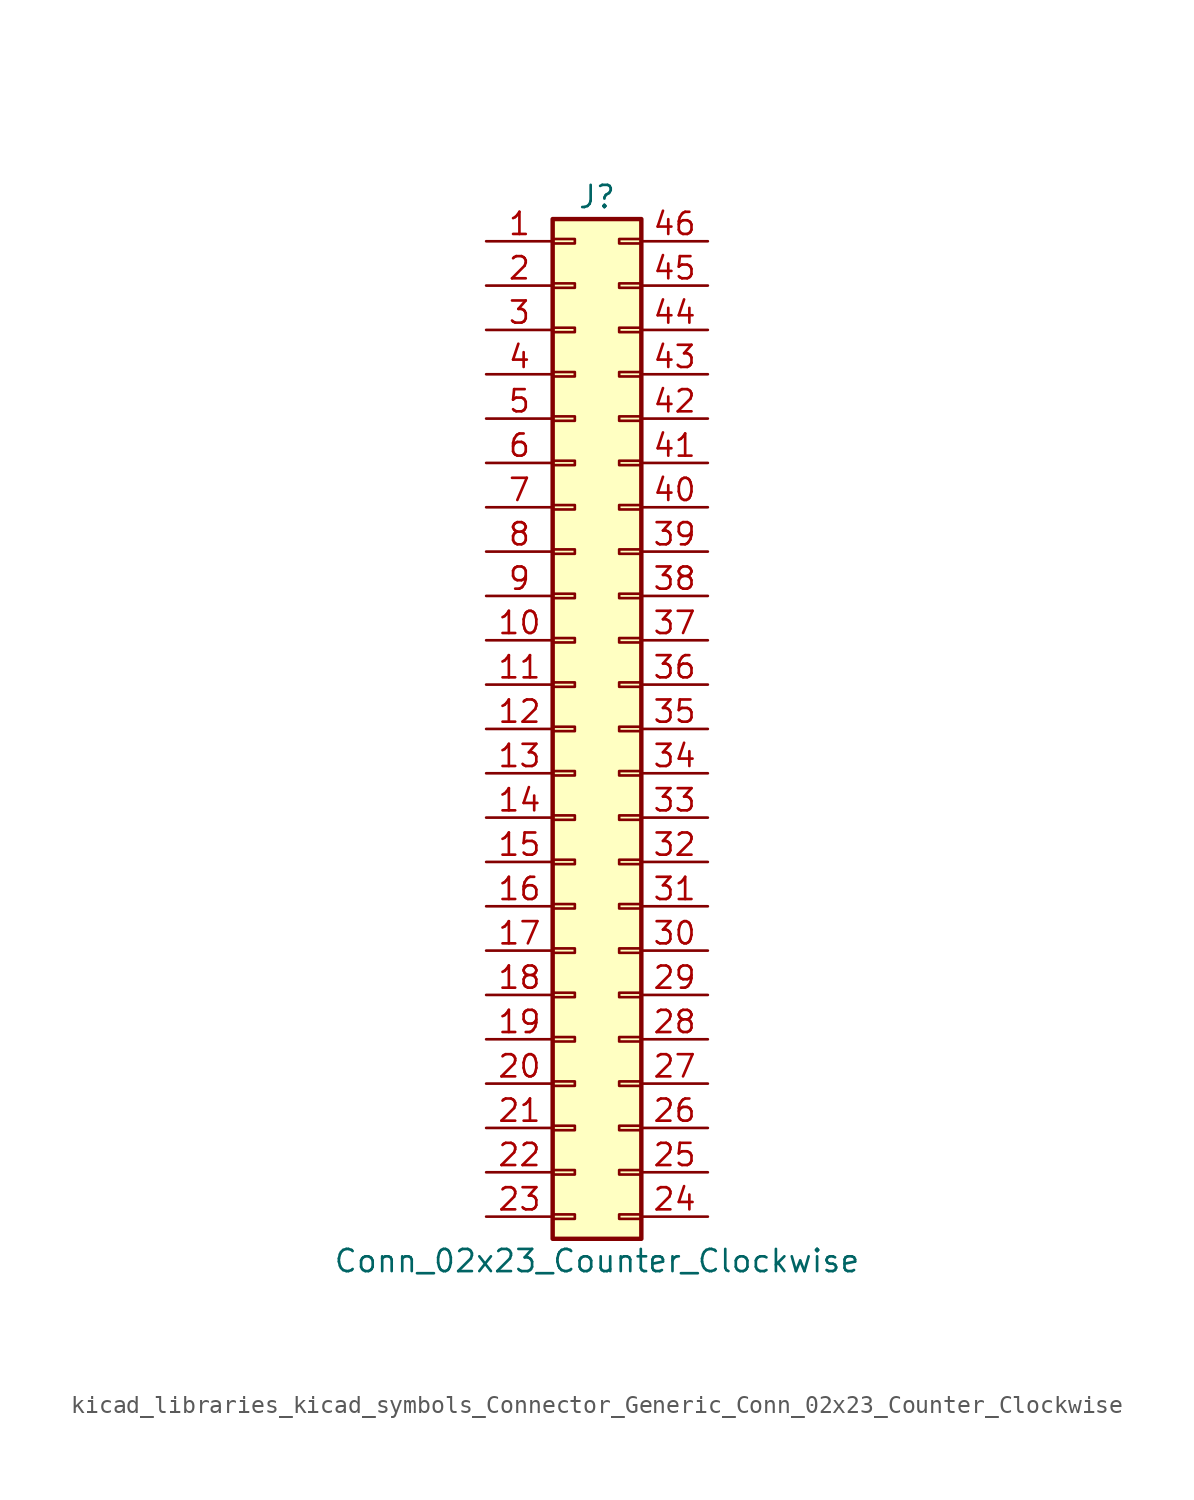
<source format=kicad_sym>
(kicad_symbol_lib
  (version 20220914)
  (generator kicad_symbol_editor)
  (symbol "kicad_libraries_kicad_symbols_Connector_Generic_Conn_02x23_Counter_Clockwise"
    (pin_names
      (offset 1.016) hide)
    (property "Reference" "J"
      (at 1.27 30.48 0)
      (effects (font (size 1.27 1.27))))
    (property "Value" "Conn_02x23_Counter_Clockwise"
      (at 1.27 -30.48 0)
      (effects (font (size 1.27 1.27))))
    (symbol "kicad_libraries_kicad_symbols_Connector_Generic_Conn_02x23_Counter_Clockwise_1_1"
      (rectangle (start -1.27 -27.813) (end 0 -28.067) (stroke (width 0.152) (type default)) (fill (type none)))
      (rectangle (start -1.27 -25.273) (end 0 -25.527) (stroke (width 0.152) (type default)) (fill (type none)))
      (rectangle (start -1.27 -22.733) (end 0 -22.987) (stroke (width 0.152) (type default)) (fill (type none)))
      (rectangle (start -1.27 -20.193) (end 0 -20.447) (stroke (width 0.152) (type default)) (fill (type none)))
      (rectangle (start -1.27 -17.653) (end 0 -17.907) (stroke (width 0.152) (type default)) (fill (type none)))
      (rectangle (start -1.27 -15.113) (end 0 -15.367) (stroke (width 0.152) (type default)) (fill (type none)))
      (rectangle (start -1.27 -12.573) (end 0 -12.827) (stroke (width 0.152) (type default)) (fill (type none)))
      (rectangle (start -1.27 -10.033) (end 0 -10.287) (stroke (width 0.152) (type default)) (fill (type none)))
      (rectangle (start -1.27 -7.493) (end 0 -7.747) (stroke (width 0.152) (type default)) (fill (type none)))
      (rectangle (start -1.27 -4.953) (end 0 -5.207) (stroke (width 0.152) (type default)) (fill (type none)))
      (rectangle (start -1.27 -2.413) (end 0 -2.667) (stroke (width 0.152) (type default)) (fill (type none)))
      (rectangle (start -1.27 0.127) (end 0 -0.127) (stroke (width 0.152) (type default)) (fill (type none)))
      (rectangle (start -1.27 2.667) (end 0 2.413) (stroke (width 0.152) (type default)) (fill (type none)))
      (rectangle (start -1.27 5.207) (end 0 4.953) (stroke (width 0.152) (type default)) (fill (type none)))
      (rectangle (start -1.27 7.747) (end 0 7.493) (stroke (width 0.152) (type default)) (fill (type none)))
      (rectangle (start -1.27 10.287) (end 0 10.033) (stroke (width 0.152) (type default)) (fill (type none)))
      (rectangle (start -1.27 12.827) (end 0 12.573) (stroke (width 0.152) (type default)) (fill (type none)))
      (rectangle (start -1.27 15.367) (end 0 15.113) (stroke (width 0.152) (type default)) (fill (type none)))
      (rectangle (start -1.27 17.907) (end 0 17.653) (stroke (width 0.152) (type default)) (fill (type none)))
      (rectangle (start -1.27 20.447) (end 0 20.193) (stroke (width 0.152) (type default)) (fill (type none)))
      (rectangle (start -1.27 22.987) (end 0 22.733) (stroke (width 0.152) (type default)) (fill (type none)))
      (rectangle (start -1.27 25.527) (end 0 25.273) (stroke (width 0.152) (type default)) (fill (type none)))
      (rectangle (start -1.27 28.067) (end 0 27.813) (stroke (width 0.152) (type default)) (fill (type none)))
      (rectangle (start -1.27 29.21) (end 3.81 -29.21) (stroke (width 0.254) (type default)) (fill (type background)))
      (rectangle (start 3.81 -27.813) (end 2.54 -28.067) (stroke (width 0.152) (type default)) (fill (type none)))
      (rectangle (start 3.81 -25.273) (end 2.54 -25.527) (stroke (width 0.152) (type default)) (fill (type none)))
      (rectangle (start 3.81 -22.733) (end 2.54 -22.987) (stroke (width 0.152) (type default)) (fill (type none)))
      (rectangle (start 3.81 -20.193) (end 2.54 -20.447) (stroke (width 0.152) (type default)) (fill (type none)))
      (rectangle (start 3.81 -17.653) (end 2.54 -17.907) (stroke (width 0.152) (type default)) (fill (type none)))
      (rectangle (start 3.81 -15.113) (end 2.54 -15.367) (stroke (width 0.152) (type default)) (fill (type none)))
      (rectangle (start 3.81 -12.573) (end 2.54 -12.827) (stroke (width 0.152) (type default)) (fill (type none)))
      (rectangle (start 3.81 -10.033) (end 2.54 -10.287) (stroke (width 0.152) (type default)) (fill (type none)))
      (rectangle (start 3.81 -7.493) (end 2.54 -7.747) (stroke (width 0.152) (type default)) (fill (type none)))
      (rectangle (start 3.81 -4.953) (end 2.54 -5.207) (stroke (width 0.152) (type default)) (fill (type none)))
      (rectangle (start 3.81 -2.413) (end 2.54 -2.667) (stroke (width 0.152) (type default)) (fill (type none)))
      (rectangle (start 3.81 0.127) (end 2.54 -0.127) (stroke (width 0.152) (type default)) (fill (type none)))
      (rectangle (start 3.81 2.667) (end 2.54 2.413) (stroke (width 0.152) (type default)) (fill (type none)))
      (rectangle (start 3.81 5.207) (end 2.54 4.953) (stroke (width 0.152) (type default)) (fill (type none)))
      (rectangle (start 3.81 7.747) (end 2.54 7.493) (stroke (width 0.152) (type default)) (fill (type none)))
      (rectangle (start 3.81 10.287) (end 2.54 10.033) (stroke (width 0.152) (type default)) (fill (type none)))
      (rectangle (start 3.81 12.827) (end 2.54 12.573) (stroke (width 0.152) (type default)) (fill (type none)))
      (rectangle (start 3.81 15.367) (end 2.54 15.113) (stroke (width 0.152) (type default)) (fill (type none)))
      (rectangle (start 3.81 17.907) (end 2.54 17.653) (stroke (width 0.152) (type default)) (fill (type none)))
      (rectangle (start 3.81 20.447) (end 2.54 20.193) (stroke (width 0.152) (type default)) (fill (type none)))
      (rectangle (start 3.81 22.987) (end 2.54 22.733) (stroke (width 0.152) (type default)) (fill (type none)))
      (rectangle (start 3.81 25.527) (end 2.54 25.273) (stroke (width 0.152) (type default)) (fill (type none)))
      (rectangle (start 3.81 28.067) (end 2.54 27.813) (stroke (width 0.152) (type default)) (fill (type none)))
      (pin passive line (at -5.08 27.94 0) (length 3.81) (name "Pin_1" (effects (font (size 1.27 1.27)))) (number "1" (effects (font (size 1.27 1.27)))))
      (pin passive line (at -5.08 5.08 0) (length 3.81) (name "Pin_10" (effects (font (size 1.27 1.27)))) (number "10" (effects (font (size 1.27 1.27)))))
      (pin passive line (at -5.08 2.54 0) (length 3.81) (name "Pin_11" (effects (font (size 1.27 1.27)))) (number "11" (effects (font (size 1.27 1.27)))))
      (pin passive line (at -5.08 0 0) (length 3.81) (name "Pin_12" (effects (font (size 1.27 1.27)))) (number "12" (effects (font (size 1.27 1.27)))))
      (pin passive line (at -5.08 -2.54 0) (length 3.81) (name "Pin_13" (effects (font (size 1.27 1.27)))) (number "13" (effects (font (size 1.27 1.27)))))
      (pin passive line (at -5.08 -5.08 0) (length 3.81) (name "Pin_14" (effects (font (size 1.27 1.27)))) (number "14" (effects (font (size 1.27 1.27)))))
      (pin passive line (at -5.08 -7.62 0) (length 3.81) (name "Pin_15" (effects (font (size 1.27 1.27)))) (number "15" (effects (font (size 1.27 1.27)))))
      (pin passive line (at -5.08 -10.16 0) (length 3.81) (name "Pin_16" (effects (font (size 1.27 1.27)))) (number "16" (effects (font (size 1.27 1.27)))))
      (pin passive line (at -5.08 -12.7 0) (length 3.81) (name "Pin_17" (effects (font (size 1.27 1.27)))) (number "17" (effects (font (size 1.27 1.27)))))
      (pin passive line (at -5.08 -15.24 0) (length 3.81) (name "Pin_18" (effects (font (size 1.27 1.27)))) (number "18" (effects (font (size 1.27 1.27)))))
      (pin passive line (at -5.08 -17.78 0) (length 3.81) (name "Pin_19" (effects (font (size 1.27 1.27)))) (number "19" (effects (font (size 1.27 1.27)))))
      (pin passive line (at -5.08 25.4 0) (length 3.81) (name "Pin_2" (effects (font (size 1.27 1.27)))) (number "2" (effects (font (size 1.27 1.27)))))
      (pin passive line (at -5.08 -20.32 0) (length 3.81) (name "Pin_20" (effects (font (size 1.27 1.27)))) (number "20" (effects (font (size 1.27 1.27)))))
      (pin passive line (at -5.08 -22.86 0) (length 3.81) (name "Pin_21" (effects (font (size 1.27 1.27)))) (number "21" (effects (font (size 1.27 1.27)))))
      (pin passive line (at -5.08 -25.4 0) (length 3.81) (name "Pin_22" (effects (font (size 1.27 1.27)))) (number "22" (effects (font (size 1.27 1.27)))))
      (pin passive line (at -5.08 -27.94 0) (length 3.81) (name "Pin_23" (effects (font (size 1.27 1.27)))) (number "23" (effects (font (size 1.27 1.27)))))
      (pin passive line (at 7.62 -27.94 180) (length 3.81) (name "Pin_24" (effects (font (size 1.27 1.27)))) (number "24" (effects (font (size 1.27 1.27)))))
      (pin passive line (at 7.62 -25.4 180) (length 3.81) (name "Pin_25" (effects (font (size 1.27 1.27)))) (number "25" (effects (font (size 1.27 1.27)))))
      (pin passive line (at 7.62 -22.86 180) (length 3.81) (name "Pin_26" (effects (font (size 1.27 1.27)))) (number "26" (effects (font (size 1.27 1.27)))))
      (pin passive line (at 7.62 -20.32 180) (length 3.81) (name "Pin_27" (effects (font (size 1.27 1.27)))) (number "27" (effects (font (size 1.27 1.27)))))
      (pin passive line (at 7.62 -17.78 180) (length 3.81) (name "Pin_28" (effects (font (size 1.27 1.27)))) (number "28" (effects (font (size 1.27 1.27)))))
      (pin passive line (at 7.62 -15.24 180) (length 3.81) (name "Pin_29" (effects (font (size 1.27 1.27)))) (number "29" (effects (font (size 1.27 1.27)))))
      (pin passive line (at -5.08 22.86 0) (length 3.81) (name "Pin_3" (effects (font (size 1.27 1.27)))) (number "3" (effects (font (size 1.27 1.27)))))
      (pin passive line (at 7.62 -12.7 180) (length 3.81) (name "Pin_30" (effects (font (size 1.27 1.27)))) (number "30" (effects (font (size 1.27 1.27)))))
      (pin passive line (at 7.62 -10.16 180) (length 3.81) (name "Pin_31" (effects (font (size 1.27 1.27)))) (number "31" (effects (font (size 1.27 1.27)))))
      (pin passive line (at 7.62 -7.62 180) (length 3.81) (name "Pin_32" (effects (font (size 1.27 1.27)))) (number "32" (effects (font (size 1.27 1.27)))))
      (pin passive line (at 7.62 -5.08 180) (length 3.81) (name "Pin_33" (effects (font (size 1.27 1.27)))) (number "33" (effects (font (size 1.27 1.27)))))
      (pin passive line (at 7.62 -2.54 180) (length 3.81) (name "Pin_34" (effects (font (size 1.27 1.27)))) (number "34" (effects (font (size 1.27 1.27)))))
      (pin passive line (at 7.62 0 180) (length 3.81) (name "Pin_35" (effects (font (size 1.27 1.27)))) (number "35" (effects (font (size 1.27 1.27)))))
      (pin passive line (at 7.62 2.54 180) (length 3.81) (name "Pin_36" (effects (font (size 1.27 1.27)))) (number "36" (effects (font (size 1.27 1.27)))))
      (pin passive line (at 7.62 5.08 180) (length 3.81) (name "Pin_37" (effects (font (size 1.27 1.27)))) (number "37" (effects (font (size 1.27 1.27)))))
      (pin passive line (at 7.62 7.62 180) (length 3.81) (name "Pin_38" (effects (font (size 1.27 1.27)))) (number "38" (effects (font (size 1.27 1.27)))))
      (pin passive line (at 7.62 10.16 180) (length 3.81) (name "Pin_39" (effects (font (size 1.27 1.27)))) (number "39" (effects (font (size 1.27 1.27)))))
      (pin passive line (at -5.08 20.32 0) (length 3.81) (name "Pin_4" (effects (font (size 1.27 1.27)))) (number "4" (effects (font (size 1.27 1.27)))))
      (pin passive line (at 7.62 12.7 180) (length 3.81) (name "Pin_40" (effects (font (size 1.27 1.27)))) (number "40" (effects (font (size 1.27 1.27)))))
      (pin passive line (at 7.62 15.24 180) (length 3.81) (name "Pin_41" (effects (font (size 1.27 1.27)))) (number "41" (effects (font (size 1.27 1.27)))))
      (pin passive line (at 7.62 17.78 180) (length 3.81) (name "Pin_42" (effects (font (size 1.27 1.27)))) (number "42" (effects (font (size 1.27 1.27)))))
      (pin passive line (at 7.62 20.32 180) (length 3.81) (name "Pin_43" (effects (font (size 1.27 1.27)))) (number "43" (effects (font (size 1.27 1.27)))))
      (pin passive line (at 7.62 22.86 180) (length 3.81) (name "Pin_44" (effects (font (size 1.27 1.27)))) (number "44" (effects (font (size 1.27 1.27)))))
      (pin passive line (at 7.62 25.4 180) (length 3.81) (name "Pin_45" (effects (font (size 1.27 1.27)))) (number "45" (effects (font (size 1.27 1.27)))))
      (pin passive line (at 7.62 27.94 180) (length 3.81) (name "Pin_46" (effects (font (size 1.27 1.27)))) (number "46" (effects (font (size 1.27 1.27)))))
      (pin passive line (at -5.08 17.78 0) (length 3.81) (name "Pin_5" (effects (font (size 1.27 1.27)))) (number "5" (effects (font (size 1.27 1.27)))))
      (pin passive line (at -5.08 15.24 0) (length 3.81) (name "Pin_6" (effects (font (size 1.27 1.27)))) (number "6" (effects (font (size 1.27 1.27)))))
      (pin passive line (at -5.08 12.7 0) (length 3.81) (name "Pin_7" (effects (font (size 1.27 1.27)))) (number "7" (effects (font (size 1.27 1.27)))))
      (pin passive line (at -5.08 10.16 0) (length 3.81) (name "Pin_8" (effects (font (size 1.27 1.27)))) (number "8" (effects (font (size 1.27 1.27)))))
      (pin passive line (at -5.08 7.62 0) (length 3.81) (name "Pin_9" (effects (font (size 1.27 1.27)))) (number "9" (effects (font (size 1.27 1.27))))))))
</source>
